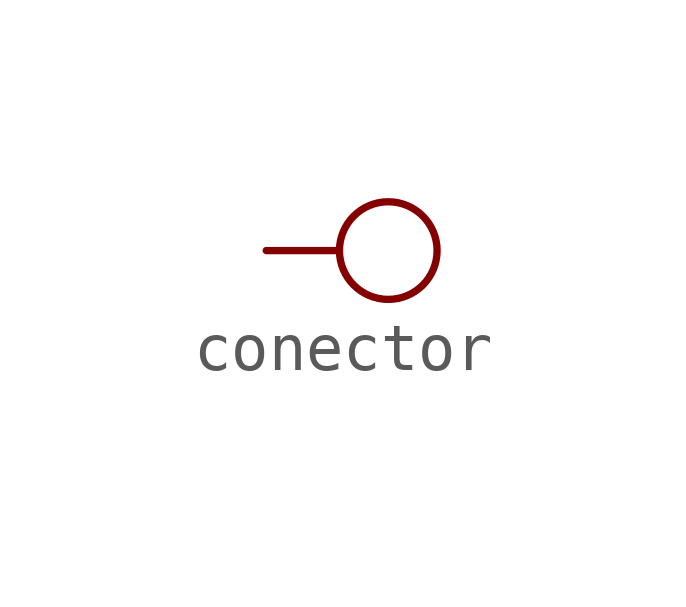
<source format=kicad_sym>
(kicad_symbol_lib
  (version 20211014)
  (generator kicad_symbol_editor)
  (symbol "conector"
    (pin_names
      (offset 1.016))
    (property "Reference" "o"
      (at 3.81 -3.81 0)
      (effects (font (size 2.54 2.54)) hide))
    (symbol "conector_0_1"
      (circle (center 2.54 0) (radius 1.016) (stroke (width 0) (type default) (color 0 0 0 0)) (fill (type none))))
    (symbol "conector_1_1"
      (pin input line (at 0 0 0) (length 1.524) (name "~" (effects (font (size 1.27 1.27)))) (number "~" (effects (font (size 1.143 1.143))))))))
</source>
